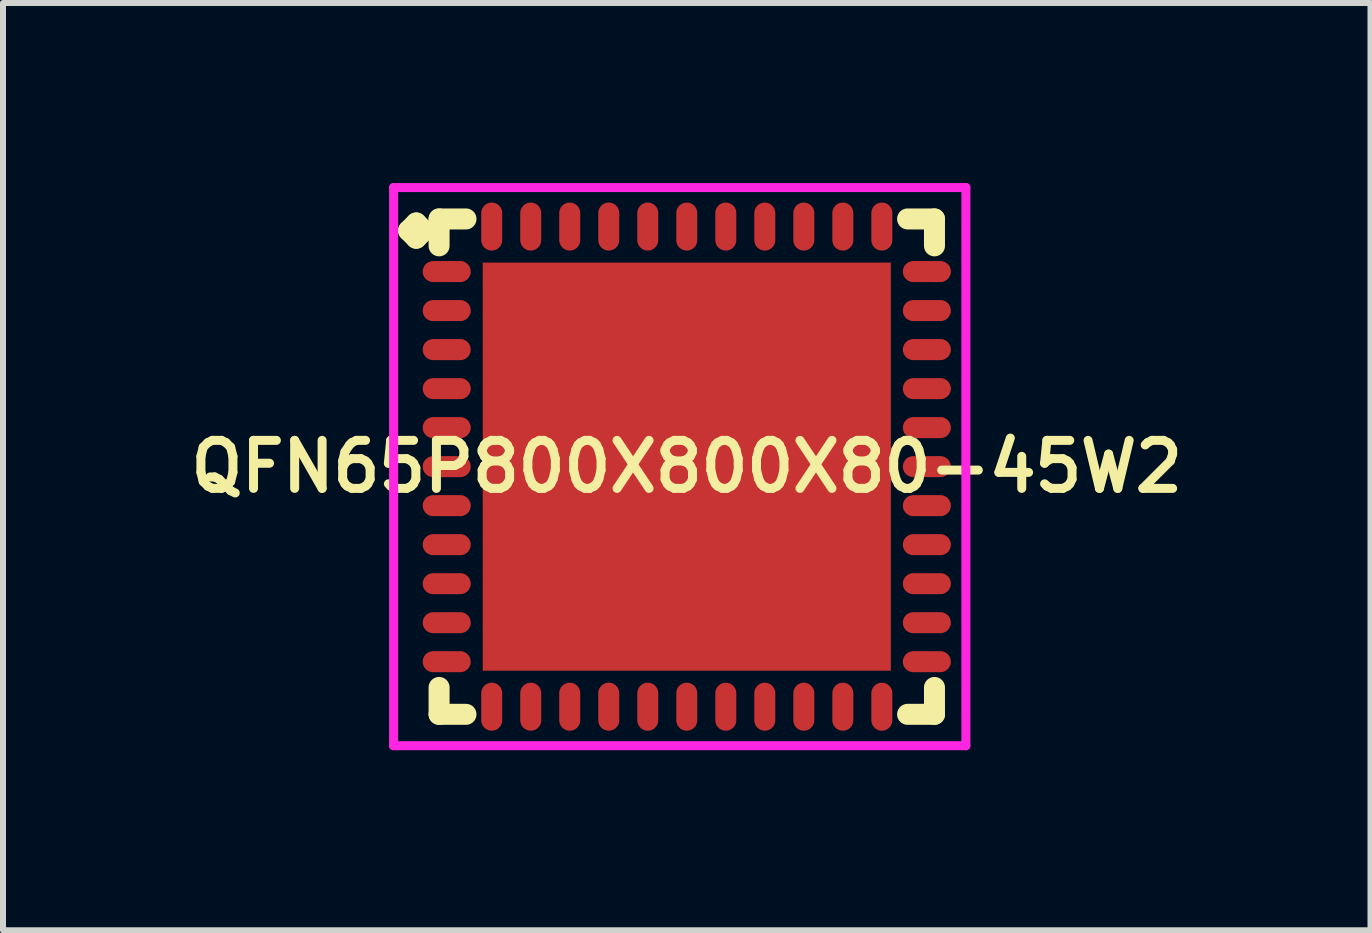
<source format=kicad_pcb>
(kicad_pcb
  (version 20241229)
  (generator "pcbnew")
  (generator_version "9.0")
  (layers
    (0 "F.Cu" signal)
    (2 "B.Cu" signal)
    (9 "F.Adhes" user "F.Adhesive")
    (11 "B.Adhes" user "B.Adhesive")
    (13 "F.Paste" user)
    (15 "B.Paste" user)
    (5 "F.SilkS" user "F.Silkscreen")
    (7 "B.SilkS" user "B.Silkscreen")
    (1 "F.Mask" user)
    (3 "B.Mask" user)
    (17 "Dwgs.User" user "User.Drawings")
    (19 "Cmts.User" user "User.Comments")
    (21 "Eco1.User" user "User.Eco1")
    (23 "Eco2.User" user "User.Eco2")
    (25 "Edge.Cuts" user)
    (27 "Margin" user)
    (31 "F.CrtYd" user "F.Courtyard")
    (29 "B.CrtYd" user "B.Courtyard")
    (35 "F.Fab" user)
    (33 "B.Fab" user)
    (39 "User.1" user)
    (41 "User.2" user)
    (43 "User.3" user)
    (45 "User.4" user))
  (footprint "QFN65P800X800X80-45W2"
    (layer "F.Cu")
    (at 8.393 4.725)
    (property "Reference" "QFN65P800X800X80-45W2" (at 0 0 0) (layer "F.SilkS") (effects (font (size 0.8 0.8) (thickness 0.15))))
    (attr smd)
    (fp_line (start -4.635 -3.933) (end -4.508 -4.06) (stroke (width 0.35) (type solid)) (layer "F.SilkS"))
    (fp_line (start -4.508 -4.06) (end -4.381 -3.933) (stroke (width 0.35) (type solid)) (layer "F.SilkS"))
    (fp_line (start -4.508 -3.806) (end -4.635 -3.933) (stroke (width 0.35) (type solid)) (layer "F.SilkS"))
    (fp_line (start -4.381 -3.933) (end -4.508 -3.806) (stroke (width 0.35) (type solid)) (layer "F.SilkS"))
    (fp_line (start -4.127 -4.127) (end -3.679 -4.127) (stroke (width 0.35) (type solid)) (layer "F.SilkS"))
    (fp_line (start -4.127 -3.679) (end -4.127 -4.127) (stroke (width 0.35) (type solid)) (layer "F.SilkS"))
    (fp_line (start -4.127 3.679) (end -4.127 4.127) (stroke (width 0.35) (type solid)) (layer "F.SilkS"))
    (fp_line (start -4.127 4.127) (end -3.679 4.127) (stroke (width 0.35) (type solid)) (layer "F.SilkS"))
    (fp_line (start 3.679 -4.127) (end 4.127 -4.127) (stroke (width 0.35) (type solid)) (layer "F.SilkS"))
    (fp_line (start 3.679 4.127) (end 4.127 4.127) (stroke (width 0.35) (type solid)) (layer "F.SilkS"))
    (fp_line (start 4.127 -4.127) (end 4.127 -3.679) (stroke (width 0.35) (type solid)) (layer "F.SilkS"))
    (fp_line (start 4.127 4.127) (end 4.127 3.679) (stroke (width 0.35) (type solid)) (layer "F.SilkS"))
    (fp_line (start -4.885 -4.65) (end 4.65 -4.65) (stroke (width 0.15) (type solid)) (layer "F.CrtYd"))
    (fp_line (start -4.885 4.65) (end -4.885 -4.65) (stroke (width 0.15) (type solid)) (layer "F.CrtYd"))
    (fp_line (start 4.65 -4.65) (end 4.65 4.65) (stroke (width 0.15) (type solid)) (layer "F.CrtYd"))
    (fp_line (start 4.65 4.65) (end -4.885 4.65) (stroke (width 0.15) (type solid)) (layer "F.CrtYd"))
    (pad "1" smd oval (at -4 -3.25) (size 0.8 0.35) (layers "F.Cu" "F.Mask" "F.Paste"))
    (pad "2" smd oval (at -4 -2.6) (size 0.8 0.35) (layers "F.Cu" "F.Mask" "F.Paste"))
    (pad "3" smd oval (at -4 -1.95) (size 0.8 0.35) (layers "F.Cu" "F.Mask" "F.Paste"))
    (pad "4" smd oval (at -4 -1.3) (size 0.8 0.35) (layers "F.Cu" "F.Mask" "F.Paste"))
    (pad "5" smd oval (at -4 -0.65) (size 0.8 0.35) (layers "F.Cu" "F.Mask" "F.Paste"))
    (pad "6" smd oval (at -4 0) (size 0.8 0.35) (layers "F.Cu" "F.Mask" "F.Paste"))
    (pad "7" smd oval (at -4 0.65) (size 0.8 0.35) (layers "F.Cu" "F.Mask" "F.Paste"))
    (pad "8" smd oval (at -4 1.3) (size 0.8 0.35) (layers "F.Cu" "F.Mask" "F.Paste"))
    (pad "9" smd oval (at -4 1.95) (size 0.8 0.35) (layers "F.Cu" "F.Mask" "F.Paste"))
    (pad "10" smd oval (at -4 2.6) (size 0.8 0.35) (layers "F.Cu" "F.Mask" "F.Paste"))
    (pad "11" smd oval (at -4 3.25) (size 0.8 0.35) (layers "F.Cu" "F.Mask" "F.Paste"))
    (pad "12" smd oval (at -3.25 4) (size 0.35 0.8) (layers "F.Cu" "F.Mask" "F.Paste"))
    (pad "13" smd oval (at -2.6 4) (size 0.35 0.8) (layers "F.Cu" "F.Mask" "F.Paste"))
    (pad "14" smd oval (at -1.95 4) (size 0.35 0.8) (layers "F.Cu" "F.Mask" "F.Paste"))
    (pad "15" smd oval (at -1.3 4) (size 0.35 0.8) (layers "F.Cu" "F.Mask" "F.Paste"))
    (pad "16" smd oval (at -0.65 4) (size 0.35 0.8) (layers "F.Cu" "F.Mask" "F.Paste"))
    (pad "17" smd oval (at 0 4) (size 0.35 0.8) (layers "F.Cu" "F.Mask" "F.Paste"))
    (pad "18" smd oval (at 0.65 4) (size 0.35 0.8) (layers "F.Cu" "F.Mask" "F.Paste"))
    (pad "19" smd oval (at 1.3 4) (size 0.35 0.8) (layers "F.Cu" "F.Mask" "F.Paste"))
    (pad "20" smd oval (at 1.95 4) (size 0.35 0.8) (layers "F.Cu" "F.Mask" "F.Paste"))
    (pad "21" smd oval (at 2.6 4) (size 0.35 0.8) (layers "F.Cu" "F.Mask" "F.Paste"))
    (pad "22" smd oval (at 3.25 4) (size 0.35 0.8) (layers "F.Cu" "F.Mask" "F.Paste"))
    (pad "23" smd oval (at 4 3.25) (size 0.8 0.35) (layers "F.Cu" "F.Mask" "F.Paste"))
    (pad "24" smd oval (at 4 2.6) (size 0.8 0.35) (layers "F.Cu" "F.Mask" "F.Paste"))
    (pad "25" smd oval (at 4 1.95) (size 0.8 0.35) (layers "F.Cu" "F.Mask" "F.Paste"))
    (pad "26" smd oval (at 4 1.3) (size 0.8 0.35) (layers "F.Cu" "F.Mask" "F.Paste"))
    (pad "27" smd oval (at 4 0.65) (size 0.8 0.35) (layers "F.Cu" "F.Mask" "F.Paste"))
    (pad "28" smd oval (at 4 0) (size 0.8 0.35) (layers "F.Cu" "F.Mask" "F.Paste"))
    (pad "29" smd oval (at 4 -0.65) (size 0.8 0.35) (layers "F.Cu" "F.Mask" "F.Paste"))
    (pad "30" smd oval (at 4 -1.3) (size 0.8 0.35) (layers "F.Cu" "F.Mask" "F.Paste"))
    (pad "31" smd oval (at 4 -1.95) (size 0.8 0.35) (layers "F.Cu" "F.Mask" "F.Paste"))
    (pad "32" smd oval (at 4 -2.6) (size 0.8 0.35) (layers "F.Cu" "F.Mask" "F.Paste"))
    (pad "33" smd oval (at 4 -3.25) (size 0.8 0.35) (layers "F.Cu" "F.Mask" "F.Paste"))
    (pad "34" smd oval (at 3.25 -4) (size 0.35 0.8) (layers "F.Cu" "F.Mask" "F.Paste"))
    (pad "35" smd oval (at 2.6 -4) (size 0.35 0.8) (layers "F.Cu" "F.Mask" "F.Paste"))
    (pad "36" smd oval (at 1.95 -4) (size 0.35 0.8) (layers "F.Cu" "F.Mask" "F.Paste"))
    (pad "37" smd oval (at 1.3 -4) (size 0.35 0.8) (layers "F.Cu" "F.Mask" "F.Paste"))
    (pad "38" smd oval (at 0.65 -4) (size 0.35 0.8) (layers "F.Cu" "F.Mask" "F.Paste"))
    (pad "39" smd oval (at 0 -4) (size 0.35 0.8) (layers "F.Cu" "F.Mask" "F.Paste"))
    (pad "40" smd oval (at -0.65 -4) (size 0.35 0.8) (layers "F.Cu" "F.Mask" "F.Paste"))
    (pad "41" smd oval (at -1.3 -4) (size 0.35 0.8) (layers "F.Cu" "F.Mask" "F.Paste"))
    (pad "42" smd oval (at -1.95 -4) (size 0.35 0.8) (layers "F.Cu" "F.Mask" "F.Paste"))
    (pad "43" smd oval (at -2.6 -4) (size 0.35 0.8) (layers "F.Cu" "F.Mask" "F.Paste"))
    (pad "44" smd oval (at -3.25 -4) (size 0.35 0.8) (layers "F.Cu" "F.Mask" "F.Paste"))
    (pad "45" smd rect (at 0 0) (size 6.8 6.8) (layers "F.Cu" "F.Mask" "F.Paste")))
  (gr_rect
    (start -3 -3)
    (end 19.785 12.45)
    (stroke (width 0.1) (type default))
    (fill no)
    (layer "Edge.Cuts")))
</source>
